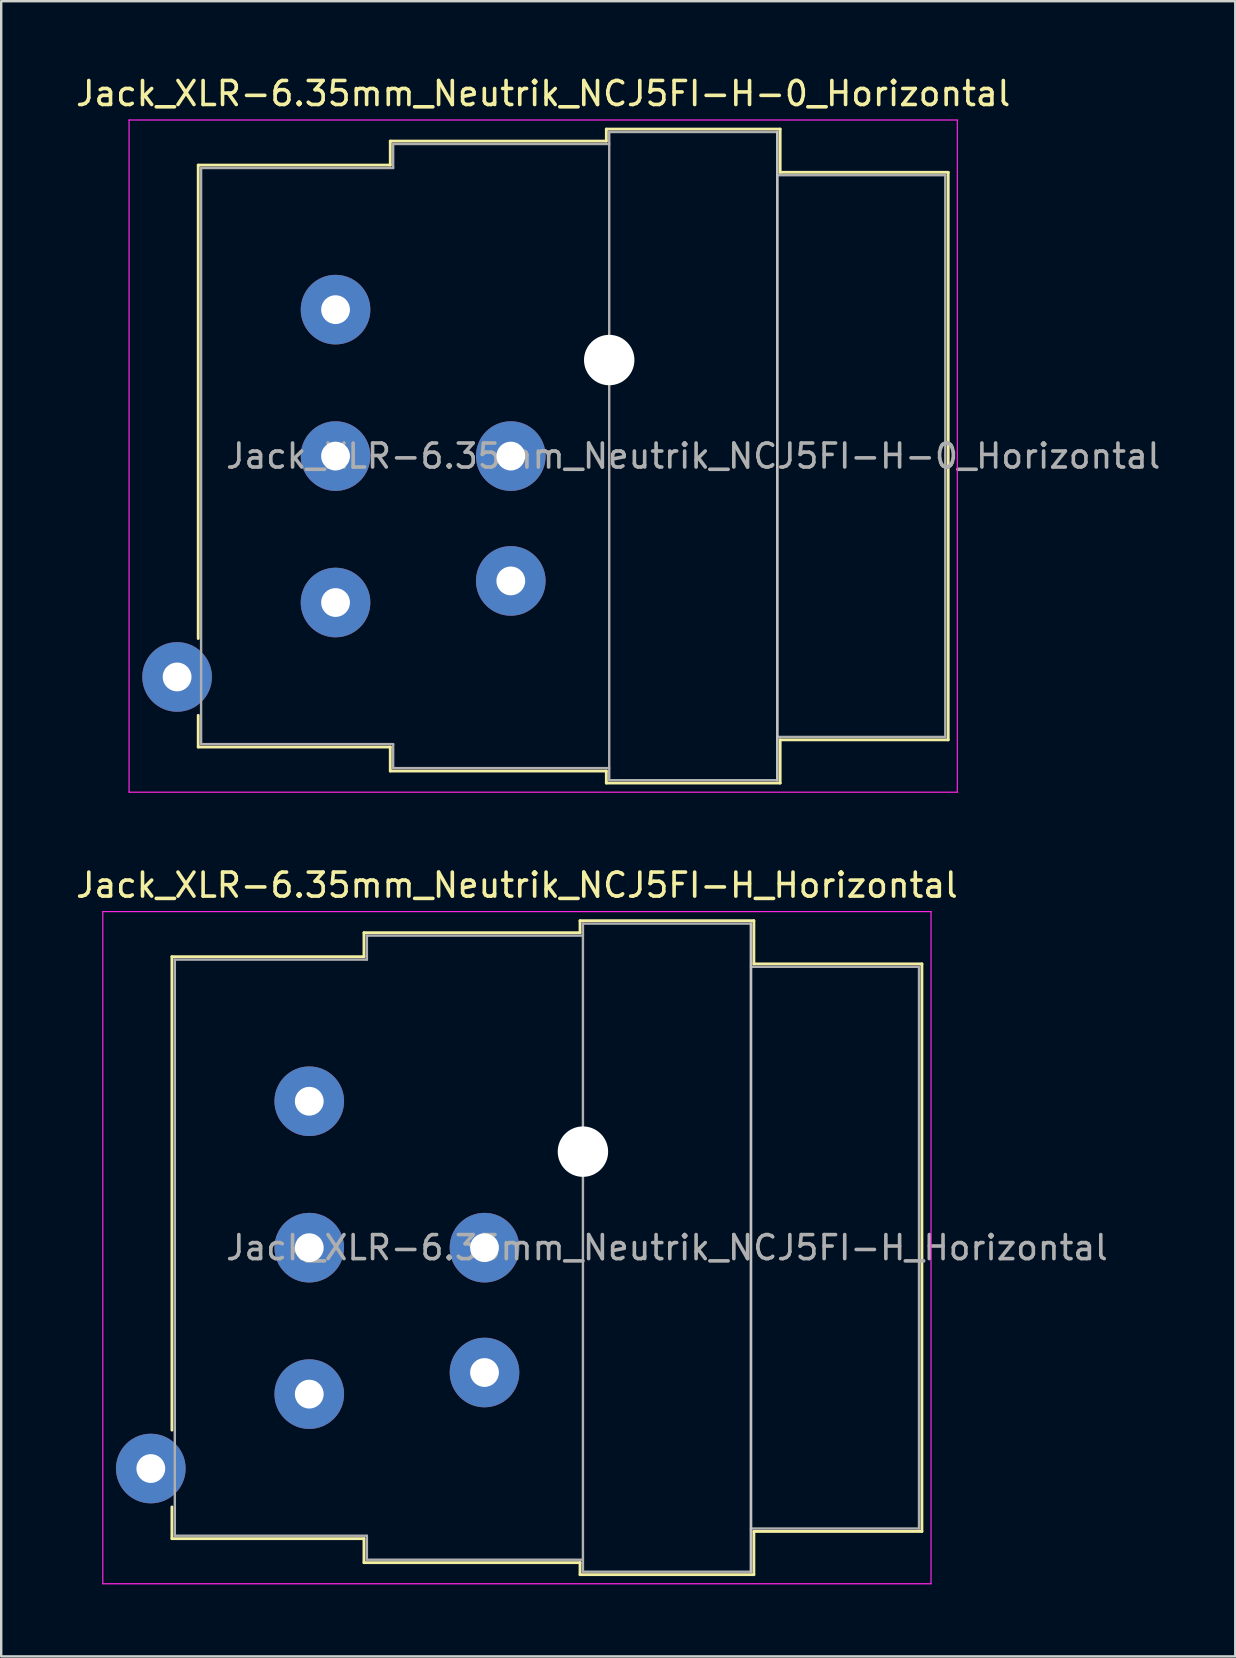
<source format=kicad_pcb>
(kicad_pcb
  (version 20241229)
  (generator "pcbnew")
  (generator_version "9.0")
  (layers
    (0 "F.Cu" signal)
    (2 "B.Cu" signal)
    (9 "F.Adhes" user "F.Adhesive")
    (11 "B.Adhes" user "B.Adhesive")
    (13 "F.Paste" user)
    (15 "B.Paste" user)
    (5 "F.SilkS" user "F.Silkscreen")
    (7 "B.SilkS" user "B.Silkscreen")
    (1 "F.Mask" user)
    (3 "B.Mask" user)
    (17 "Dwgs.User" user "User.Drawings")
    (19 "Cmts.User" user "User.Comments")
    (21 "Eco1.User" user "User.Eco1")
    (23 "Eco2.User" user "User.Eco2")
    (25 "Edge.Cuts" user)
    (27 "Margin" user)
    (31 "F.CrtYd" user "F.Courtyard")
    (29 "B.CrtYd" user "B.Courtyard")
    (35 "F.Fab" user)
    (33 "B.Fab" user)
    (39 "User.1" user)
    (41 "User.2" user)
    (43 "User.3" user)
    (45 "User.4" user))
  (footprint "Jack_XLR-6.35mm_Neutrik_NCJ5FI-H-0_Horizontal"
    (layer "F.Cu")
    (at 10.927 9.848)
    (property "Reference" "Jack_XLR-6.35mm_Neutrik_NCJ5FI-H-0_Horizontal" (at 8.65 -9 0) (layer "F.SilkS") (effects (font (size 1 1) (thickness 0.15))))
    (attr through_hole)
    (fp_line (start -5.72 -6.02) (end -5.72 13.7) (stroke (width 0.12) (type solid)) (layer "F.SilkS"))
    (fp_line (start -5.72 16.9) (end -5.72 18.22) (stroke (width 0.12) (type solid)) (layer "F.SilkS"))
    (fp_line (start 2.28 -7.02) (end 2.28 -6.02) (stroke (width 0.12) (type solid)) (layer "F.SilkS"))
    (fp_line (start 2.28 -6.02) (end -5.72 -6.02) (stroke (width 0.12) (type solid)) (layer "F.SilkS"))
    (fp_line (start 2.28 18.22) (end -5.72 18.22) (stroke (width 0.12) (type solid)) (layer "F.SilkS"))
    (fp_line (start 2.28 19.22) (end 2.28 18.22) (stroke (width 0.12) (type solid)) (layer "F.SilkS"))
    (fp_line (start 11.28 -7.02) (end 2.28 -7.02) (stroke (width 0.12) (type solid)) (layer "F.SilkS"))
    (fp_line (start 11.28 -7.02) (end 11.28 -7.52) (stroke (width 0.12) (type solid)) (layer "F.SilkS"))
    (fp_line (start 11.28 19.22) (end 2.28 19.22) (stroke (width 0.12) (type solid)) (layer "F.SilkS"))
    (fp_line (start 11.28 19.72) (end 11.28 19.22) (stroke (width 0.12) (type solid)) (layer "F.SilkS"))
    (fp_line (start 18.52 -7.52) (end 11.28 -7.52) (stroke (width 0.12) (type solid)) (layer "F.SilkS"))
    (fp_line (start 18.52 -7.52) (end 18.52 -5.72) (stroke (width 0.12) (type solid)) (layer "F.SilkS"))
    (fp_line (start 18.52 -5.72) (end 25.52 -5.72) (stroke (width 0.12) (type solid)) (layer "F.SilkS"))
    (fp_line (start 18.52 17.92) (end 18.52 19.72) (stroke (width 0.12) (type solid)) (layer "F.SilkS"))
    (fp_line (start 18.52 17.92) (end 25.52 17.92) (stroke (width 0.12) (type solid)) (layer "F.SilkS"))
    (fp_line (start 18.52 19.72) (end 11.28 19.72) (stroke (width 0.12) (type solid)) (layer "F.SilkS"))
    (fp_line (start 25.52 -5.72) (end 25.52 17.92) (stroke (width 0.12) (type solid)) (layer "F.SilkS"))
    (fp_line (start 18.4 -7.4) (end 18.4 19.6) (stroke (width 0.1) (type solid)) (layer "Dwgs.User"))
    (fp_line (start -8.6 -7.9) (end -8.6 20.1) (stroke (width 0.05) (type solid)) (layer "F.CrtYd"))
    (fp_line (start 25.9 -7.9) (end -8.6 -7.9) (stroke (width 0.05) (type solid)) (layer "F.CrtYd"))
    (fp_line (start 25.9 -7.9) (end 25.9 20.1) (stroke (width 0.05) (type solid)) (layer "F.CrtYd"))
    (fp_line (start 25.9 20.1) (end -8.6 20.1) (stroke (width 0.05) (type solid)) (layer "F.CrtYd"))
    (fp_line (start -5.6 -5.9) (end -5.6 18.1) (stroke (width 0.1) (type solid)) (layer "F.Fab"))
    (fp_line (start -5.6 18.1) (end 2.4 18.1) (stroke (width 0.1) (type solid)) (layer "F.Fab"))
    (fp_line (start 2.4 -6.9) (end 2.4 -5.9) (stroke (width 0.1) (type solid)) (layer "F.Fab"))
    (fp_line (start 2.4 -5.9) (end -5.6 -5.9) (stroke (width 0.1) (type solid)) (layer "F.Fab"))
    (fp_line (start 2.4 18.1) (end 2.4 19.1) (stroke (width 0.1) (type solid)) (layer "F.Fab"))
    (fp_line (start 2.4 19.1) (end 11.4 19.1) (stroke (width 0.1) (type solid)) (layer "F.Fab"))
    (fp_line (start 11.4 -7.4) (end 18.4 -7.4) (stroke (width 0.1) (type solid)) (layer "F.Fab"))
    (fp_line (start 11.4 -6.9) (end 2.4 -6.9) (stroke (width 0.1) (type solid)) (layer "F.Fab"))
    (fp_line (start 11.4 19.6) (end 11.4 -7.4) (stroke (width 0.1) (type solid)) (layer "F.Fab"))
    (fp_line (start 18.4 -7.4) (end 18.4 19.6) (stroke (width 0.1) (type solid)) (layer "F.Fab"))
    (fp_line (start 18.4 -5.6) (end 25.4 -5.6) (stroke (width 0.1) (type solid)) (layer "F.Fab"))
    (fp_line (start 18.4 19.6) (end 11.4 19.6) (stroke (width 0.1) (type solid)) (layer "F.Fab"))
    (fp_line (start 25.4 -5.6) (end 25.4 17.8) (stroke (width 0.1) (type solid)) (layer "F.Fab"))
    (fp_line (start 25.4 17.8) (end 18.4 17.8) (stroke (width 0.1) (type solid)) (layer "F.Fab"))
    (fp_text user "${REFERENCE}" (at 14.9 6.1 0) (layer "F.Fab") (effects (font (size 1 1) (thickness 0.15))))
    (pad "" np_thru_hole circle (at 11.4 2.1) (size 2.1 2.1) (drill 2.1) (layers "*.Cu" "*.Mask"))
    (pad "1" thru_hole circle (at 0 0) (size 2.9 2.9) (drill 1.2) (layers "*.Cu" "*.Mask"))
    (pad "2" thru_hole circle (at 0 12.2) (size 2.9 2.9) (drill 1.2) (layers "*.Cu" "*.Mask"))
    (pad "3" thru_hole circle (at 0 6.1) (size 2.9 2.9) (drill 1.2) (layers "*.Cu" "*.Mask"))
    (pad "G" thru_hole circle (at 7.3 6.1) (size 2.9 2.9) (drill 1.2) (layers "*.Cu" "*.Mask"))
    (pad "S" thru_hole circle (at 7.3 11.3) (size 2.9 2.9) (drill 1.2) (layers "*.Cu" "*.Mask"))
    (pad "T" thru_hole circle (at -6.6 15.3) (size 2.9 2.9) (drill 1.2) (layers "*.Cu" "*.Mask")))
  (footprint "Jack_XLR-6.35mm_Neutrik_NCJ5FI-H_Horizontal"
    (layer "F.Cu")
    (at 9.832 42.822)
    (property "Reference" "Jack_XLR-6.35mm_Neutrik_NCJ5FI-H_Horizontal" (at 8.65 -9 0) (layer "F.SilkS") (effects (font (size 1 1) (thickness 0.15))))
    (attr through_hole)
    (fp_line (start -5.72 -6.02) (end -5.72 13.7) (stroke (width 0.12) (type solid)) (layer "F.SilkS"))
    (fp_line (start -5.72 16.9) (end -5.72 18.22) (stroke (width 0.12) (type solid)) (layer "F.SilkS"))
    (fp_line (start 2.28 -7.02) (end 2.28 -6.02) (stroke (width 0.12) (type solid)) (layer "F.SilkS"))
    (fp_line (start 2.28 -6.02) (end -5.72 -6.02) (stroke (width 0.12) (type solid)) (layer "F.SilkS"))
    (fp_line (start 2.28 18.22) (end -5.72 18.22) (stroke (width 0.12) (type solid)) (layer "F.SilkS"))
    (fp_line (start 2.28 19.22) (end 2.28 18.22) (stroke (width 0.12) (type solid)) (layer "F.SilkS"))
    (fp_line (start 11.28 -7.02) (end 2.28 -7.02) (stroke (width 0.12) (type solid)) (layer "F.SilkS"))
    (fp_line (start 11.28 -7.02) (end 11.28 -7.52) (stroke (width 0.12) (type solid)) (layer "F.SilkS"))
    (fp_line (start 11.28 19.22) (end 2.28 19.22) (stroke (width 0.12) (type solid)) (layer "F.SilkS"))
    (fp_line (start 11.28 19.72) (end 11.28 19.22) (stroke (width 0.12) (type solid)) (layer "F.SilkS"))
    (fp_line (start 18.52 -7.52) (end 11.28 -7.52) (stroke (width 0.12) (type solid)) (layer "F.SilkS"))
    (fp_line (start 18.52 -7.52) (end 18.52 -5.72) (stroke (width 0.12) (type solid)) (layer "F.SilkS"))
    (fp_line (start 18.52 -5.72) (end 25.52 -5.72) (stroke (width 0.12) (type solid)) (layer "F.SilkS"))
    (fp_line (start 18.52 17.92) (end 18.52 19.72) (stroke (width 0.12) (type solid)) (layer "F.SilkS"))
    (fp_line (start 18.52 17.92) (end 25.52 17.92) (stroke (width 0.12) (type solid)) (layer "F.SilkS"))
    (fp_line (start 18.52 19.72) (end 11.28 19.72) (stroke (width 0.12) (type solid)) (layer "F.SilkS"))
    (fp_line (start 25.52 -5.72) (end 25.52 17.92) (stroke (width 0.12) (type solid)) (layer "F.SilkS"))
    (fp_line (start 18.4 -7.4) (end 18.4 19.6) (stroke (width 0.1) (type solid)) (layer "Dwgs.User"))
    (fp_line (start -8.6 -7.9) (end -8.6 20.1) (stroke (width 0.05) (type solid)) (layer "F.CrtYd"))
    (fp_line (start 25.9 -7.9) (end -8.6 -7.9) (stroke (width 0.05) (type solid)) (layer "F.CrtYd"))
    (fp_line (start 25.9 -7.9) (end 25.9 20.1) (stroke (width 0.05) (type solid)) (layer "F.CrtYd"))
    (fp_line (start 25.9 20.1) (end -8.6 20.1) (stroke (width 0.05) (type solid)) (layer "F.CrtYd"))
    (fp_line (start -5.6 -5.9) (end -5.6 18.1) (stroke (width 0.1) (type solid)) (layer "F.Fab"))
    (fp_line (start -5.6 18.1) (end 2.4 18.1) (stroke (width 0.1) (type solid)) (layer "F.Fab"))
    (fp_line (start 2.4 -6.9) (end 2.4 -5.9) (stroke (width 0.1) (type solid)) (layer "F.Fab"))
    (fp_line (start 2.4 -5.9) (end -5.6 -5.9) (stroke (width 0.1) (type solid)) (layer "F.Fab"))
    (fp_line (start 2.4 18.1) (end 2.4 19.1) (stroke (width 0.1) (type solid)) (layer "F.Fab"))
    (fp_line (start 2.4 19.1) (end 11.4 19.1) (stroke (width 0.1) (type solid)) (layer "F.Fab"))
    (fp_line (start 11.4 -7.4) (end 18.4 -7.4) (stroke (width 0.1) (type solid)) (layer "F.Fab"))
    (fp_line (start 11.4 -6.9) (end 2.4 -6.9) (stroke (width 0.1) (type solid)) (layer "F.Fab"))
    (fp_line (start 11.4 19.6) (end 11.4 -7.4) (stroke (width 0.1) (type solid)) (layer "F.Fab"))
    (fp_line (start 18.4 -7.4) (end 18.4 19.6) (stroke (width 0.1) (type solid)) (layer "F.Fab"))
    (fp_line (start 18.4 -5.6) (end 25.4 -5.6) (stroke (width 0.1) (type solid)) (layer "F.Fab"))
    (fp_line (start 18.4 19.6) (end 11.4 19.6) (stroke (width 0.1) (type solid)) (layer "F.Fab"))
    (fp_line (start 25.4 -5.6) (end 25.4 17.8) (stroke (width 0.1) (type solid)) (layer "F.Fab"))
    (fp_line (start 25.4 17.8) (end 18.4 17.8) (stroke (width 0.1) (type solid)) (layer "F.Fab"))
    (fp_text user "${REFERENCE}" (at 14.9 6.1 0) (layer "F.Fab") (effects (font (size 1 1) (thickness 0.15))))
    (pad "" np_thru_hole circle (at 11.4 2.1) (size 2.1 2.1) (drill 2.1) (layers "*.Cu" "*.Mask"))
    (pad "1" thru_hole circle (at 0 0) (size 2.9 2.9) (drill 1.2) (layers "*.Cu" "*.Mask"))
    (pad "2" thru_hole circle (at 0 12.2) (size 2.9 2.9) (drill 1.2) (layers "*.Cu" "*.Mask"))
    (pad "3" thru_hole circle (at 0 6.1) (size 2.9 2.9) (drill 1.2) (layers "*.Cu" "*.Mask"))
    (pad "G" thru_hole circle (at 7.3 6.1) (size 2.9 2.9) (drill 1.2) (layers "*.Cu" "*.Mask"))
    (pad "S" thru_hole circle (at 7.3 11.3) (size 2.9 2.9) (drill 1.2) (layers "*.Cu" "*.Mask"))
    (pad "T" thru_hole circle (at -6.6 15.3) (size 2.9 2.9) (drill 1.2) (layers "*.Cu" "*.Mask")))
  (gr_rect
    (start -3 -3)
    (end 48.405 65.947)
    (stroke (width 0.1) (type default))
    (fill no)
    (layer "Edge.Cuts")))
</source>
